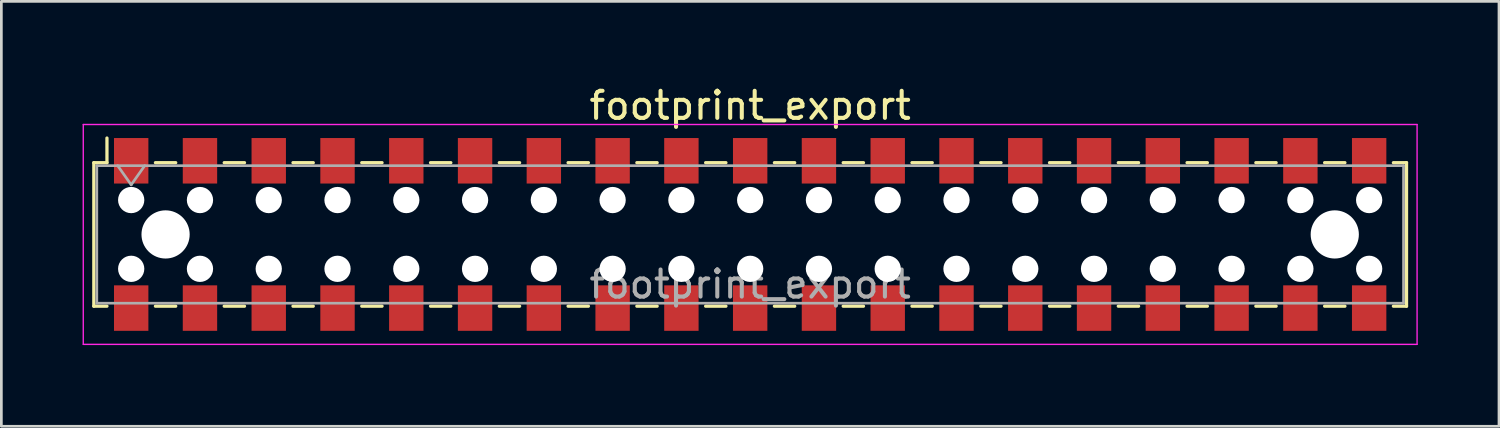
<source format=kicad_pcb>
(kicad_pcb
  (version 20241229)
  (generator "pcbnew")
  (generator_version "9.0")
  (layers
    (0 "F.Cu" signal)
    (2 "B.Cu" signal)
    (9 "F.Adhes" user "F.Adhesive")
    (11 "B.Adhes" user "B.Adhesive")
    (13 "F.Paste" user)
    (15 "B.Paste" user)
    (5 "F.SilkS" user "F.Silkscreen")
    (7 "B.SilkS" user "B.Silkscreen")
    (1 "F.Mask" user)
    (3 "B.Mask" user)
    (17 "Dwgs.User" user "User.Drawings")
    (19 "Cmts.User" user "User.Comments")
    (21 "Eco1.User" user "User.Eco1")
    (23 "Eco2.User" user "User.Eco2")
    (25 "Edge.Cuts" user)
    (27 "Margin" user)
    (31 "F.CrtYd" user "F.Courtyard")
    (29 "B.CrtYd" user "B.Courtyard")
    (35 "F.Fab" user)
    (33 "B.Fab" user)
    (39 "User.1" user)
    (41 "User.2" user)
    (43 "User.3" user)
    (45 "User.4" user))
  (footprint "footprint_export"
    (layer "F.Cu")
    (at 24.655 5.608)
    (property "Reference" "footprint_export" (at 0 -4.76 0) (layer "F.SilkS") (effects (font (size 1 1) (thickness 0.15))))
    (attr smd)
    (fp_line (start -24.24 -2.65) (end -24.24 2.65) (stroke (width 0.12) (type solid)) (layer "F.SilkS"))
    (fp_line (start -24.24 2.65) (end -23.755 2.65) (stroke (width 0.12) (type solid)) (layer "F.SilkS"))
    (fp_line (start -23.755 -3.56) (end -23.755 -2.65) (stroke (width 0.12) (type solid)) (layer "F.SilkS"))
    (fp_line (start -23.755 -2.65) (end -24.24 -2.65) (stroke (width 0.12) (type solid)) (layer "F.SilkS"))
    (fp_line (start -21.965 -2.65) (end -21.215 -2.65) (stroke (width 0.12) (type solid)) (layer "F.SilkS"))
    (fp_line (start -21.965 2.65) (end -21.215 2.65) (stroke (width 0.12) (type solid)) (layer "F.SilkS"))
    (fp_line (start -19.425 -2.65) (end -18.675 -2.65) (stroke (width 0.12) (type solid)) (layer "F.SilkS"))
    (fp_line (start -19.425 2.65) (end -18.675 2.65) (stroke (width 0.12) (type solid)) (layer "F.SilkS"))
    (fp_line (start -16.885 -2.65) (end -16.135 -2.65) (stroke (width 0.12) (type solid)) (layer "F.SilkS"))
    (fp_line (start -16.885 2.65) (end -16.135 2.65) (stroke (width 0.12) (type solid)) (layer "F.SilkS"))
    (fp_line (start -14.345 -2.65) (end -13.595 -2.65) (stroke (width 0.12) (type solid)) (layer "F.SilkS"))
    (fp_line (start -14.345 2.65) (end -13.595 2.65) (stroke (width 0.12) (type solid)) (layer "F.SilkS"))
    (fp_line (start -11.805 -2.65) (end -11.055 -2.65) (stroke (width 0.12) (type solid)) (layer "F.SilkS"))
    (fp_line (start -11.805 2.65) (end -11.055 2.65) (stroke (width 0.12) (type solid)) (layer "F.SilkS"))
    (fp_line (start -9.265 -2.65) (end -8.515 -2.65) (stroke (width 0.12) (type solid)) (layer "F.SilkS"))
    (fp_line (start -9.265 2.65) (end -8.515 2.65) (stroke (width 0.12) (type solid)) (layer "F.SilkS"))
    (fp_line (start -6.725 -2.65) (end -5.975 -2.65) (stroke (width 0.12) (type solid)) (layer "F.SilkS"))
    (fp_line (start -6.725 2.65) (end -5.975 2.65) (stroke (width 0.12) (type solid)) (layer "F.SilkS"))
    (fp_line (start -4.185 -2.65) (end -3.435 -2.65) (stroke (width 0.12) (type solid)) (layer "F.SilkS"))
    (fp_line (start -4.185 2.65) (end -3.435 2.65) (stroke (width 0.12) (type solid)) (layer "F.SilkS"))
    (fp_line (start -1.645 -2.65) (end -0.895 -2.65) (stroke (width 0.12) (type solid)) (layer "F.SilkS"))
    (fp_line (start -1.645 2.65) (end -0.895 2.65) (stroke (width 0.12) (type solid)) (layer "F.SilkS"))
    (fp_line (start 0.895 -2.65) (end 1.645 -2.65) (stroke (width 0.12) (type solid)) (layer "F.SilkS"))
    (fp_line (start 0.895 2.65) (end 1.645 2.65) (stroke (width 0.12) (type solid)) (layer "F.SilkS"))
    (fp_line (start 3.435 -2.65) (end 4.185 -2.65) (stroke (width 0.12) (type solid)) (layer "F.SilkS"))
    (fp_line (start 3.435 2.65) (end 4.185 2.65) (stroke (width 0.12) (type solid)) (layer "F.SilkS"))
    (fp_line (start 5.975 -2.65) (end 6.725 -2.65) (stroke (width 0.12) (type solid)) (layer "F.SilkS"))
    (fp_line (start 5.975 2.65) (end 6.725 2.65) (stroke (width 0.12) (type solid)) (layer "F.SilkS"))
    (fp_line (start 8.515 -2.65) (end 9.265 -2.65) (stroke (width 0.12) (type solid)) (layer "F.SilkS"))
    (fp_line (start 8.515 2.65) (end 9.265 2.65) (stroke (width 0.12) (type solid)) (layer "F.SilkS"))
    (fp_line (start 11.055 -2.65) (end 11.805 -2.65) (stroke (width 0.12) (type solid)) (layer "F.SilkS"))
    (fp_line (start 11.055 2.65) (end 11.805 2.65) (stroke (width 0.12) (type solid)) (layer "F.SilkS"))
    (fp_line (start 13.595 -2.65) (end 14.345 -2.65) (stroke (width 0.12) (type solid)) (layer "F.SilkS"))
    (fp_line (start 13.595 2.65) (end 14.345 2.65) (stroke (width 0.12) (type solid)) (layer "F.SilkS"))
    (fp_line (start 16.135 -2.65) (end 16.885 -2.65) (stroke (width 0.12) (type solid)) (layer "F.SilkS"))
    (fp_line (start 16.135 2.65) (end 16.885 2.65) (stroke (width 0.12) (type solid)) (layer "F.SilkS"))
    (fp_line (start 18.675 -2.65) (end 19.425 -2.65) (stroke (width 0.12) (type solid)) (layer "F.SilkS"))
    (fp_line (start 18.675 2.65) (end 19.425 2.65) (stroke (width 0.12) (type solid)) (layer "F.SilkS"))
    (fp_line (start 21.215 -2.65) (end 21.965 -2.65) (stroke (width 0.12) (type solid)) (layer "F.SilkS"))
    (fp_line (start 21.215 2.65) (end 21.965 2.65) (stroke (width 0.12) (type solid)) (layer "F.SilkS"))
    (fp_line (start 23.755 -2.65) (end 24.24 -2.65) (stroke (width 0.12) (type solid)) (layer "F.SilkS"))
    (fp_line (start 24.24 -2.65) (end 24.24 2.65) (stroke (width 0.12) (type solid)) (layer "F.SilkS"))
    (fp_line (start 24.24 2.65) (end 23.755 2.65) (stroke (width 0.12) (type solid)) (layer "F.SilkS"))
    (fp_line (start -24.63 -4.06) (end 24.63 -4.06) (stroke (width 0.05) (type solid)) (layer "F.CrtYd"))
    (fp_line (start -24.63 4.06) (end -24.63 -4.06) (stroke (width 0.05) (type solid)) (layer "F.CrtYd"))
    (fp_line (start 24.63 -4.06) (end 24.63 4.06) (stroke (width 0.05) (type solid)) (layer "F.CrtYd"))
    (fp_line (start 24.63 4.06) (end -24.63 4.06) (stroke (width 0.05) (type solid)) (layer "F.CrtYd"))
    (fp_line (start -24.13 -2.54) (end 24.13 -2.54) (stroke (width 0.1) (type solid)) (layer "F.Fab"))
    (fp_line (start -24.13 2.54) (end -24.13 -2.54) (stroke (width 0.1) (type solid)) (layer "F.Fab"))
    (fp_line (start -23.36 -2.54) (end -22.86 -1.833) (stroke (width 0.1) (type solid)) (layer "F.Fab"))
    (fp_line (start -22.86 -1.833) (end -22.36 -2.54) (stroke (width 0.1) (type solid)) (layer "F.Fab"))
    (fp_line (start 24.13 -2.54) (end 24.13 2.54) (stroke (width 0.1) (type solid)) (layer "F.Fab"))
    (fp_line (start 24.13 2.54) (end -24.13 2.54) (stroke (width 0.1) (type solid)) (layer "F.Fab"))
    (fp_text user "${REFERENCE}" (at 0 1.84 0) (layer "F.Fab") (effects (font (size 1 1) (thickness 0.15))))
    (pad "" np_thru_hole circle (at -22.86 -1.27) (size 0.97 0.97) (drill 0.97) (layers "*.Cu" "*.Mask"))
    (pad "" np_thru_hole circle (at -22.86 1.27) (size 0.97 0.97) (drill 0.97) (layers "*.Cu" "*.Mask"))
    (pad "" np_thru_hole circle (at -21.59 0) (size 1.78 1.78) (drill 1.78) (layers "*.Cu" "*.Mask"))
    (pad "" np_thru_hole circle (at -20.32 -1.27) (size 0.97 0.97) (drill 0.97) (layers "*.Cu" "*.Mask"))
    (pad "" np_thru_hole circle (at -20.32 1.27) (size 0.97 0.97) (drill 0.97) (layers "*.Cu" "*.Mask"))
    (pad "" np_thru_hole circle (at -17.78 -1.27) (size 0.97 0.97) (drill 0.97) (layers "*.Cu" "*.Mask"))
    (pad "" np_thru_hole circle (at -17.78 1.27) (size 0.97 0.97) (drill 0.97) (layers "*.Cu" "*.Mask"))
    (pad "" np_thru_hole circle (at -15.24 -1.27) (size 0.97 0.97) (drill 0.97) (layers "*.Cu" "*.Mask"))
    (pad "" np_thru_hole circle (at -15.24 1.27) (size 0.97 0.97) (drill 0.97) (layers "*.Cu" "*.Mask"))
    (pad "" np_thru_hole circle (at -12.7 -1.27) (size 0.97 0.97) (drill 0.97) (layers "*.Cu" "*.Mask"))
    (pad "" np_thru_hole circle (at -12.7 1.27) (size 0.97 0.97) (drill 0.97) (layers "*.Cu" "*.Mask"))
    (pad "" np_thru_hole circle (at -10.16 -1.27) (size 0.97 0.97) (drill 0.97) (layers "*.Cu" "*.Mask"))
    (pad "" np_thru_hole circle (at -10.16 1.27) (size 0.97 0.97) (drill 0.97) (layers "*.Cu" "*.Mask"))
    (pad "" np_thru_hole circle (at -7.62 -1.27) (size 0.97 0.97) (drill 0.97) (layers "*.Cu" "*.Mask"))
    (pad "" np_thru_hole circle (at -7.62 1.27) (size 0.97 0.97) (drill 0.97) (layers "*.Cu" "*.Mask"))
    (pad "" np_thru_hole circle (at -5.08 -1.27) (size 0.97 0.97) (drill 0.97) (layers "*.Cu" "*.Mask"))
    (pad "" np_thru_hole circle (at -5.08 1.27) (size 0.97 0.97) (drill 0.97) (layers "*.Cu" "*.Mask"))
    (pad "" np_thru_hole circle (at -2.54 -1.27) (size 0.97 0.97) (drill 0.97) (layers "*.Cu" "*.Mask"))
    (pad "" np_thru_hole circle (at -2.54 1.27) (size 0.97 0.97) (drill 0.97) (layers "*.Cu" "*.Mask"))
    (pad "" np_thru_hole circle (at 0 -1.27) (size 0.97 0.97) (drill 0.97) (layers "*.Cu" "*.Mask"))
    (pad "" np_thru_hole circle (at 0 1.27) (size 0.97 0.97) (drill 0.97) (layers "*.Cu" "*.Mask"))
    (pad "" np_thru_hole circle (at 2.54 -1.27) (size 0.97 0.97) (drill 0.97) (layers "*.Cu" "*.Mask"))
    (pad "" np_thru_hole circle (at 2.54 1.27) (size 0.97 0.97) (drill 0.97) (layers "*.Cu" "*.Mask"))
    (pad "" np_thru_hole circle (at 5.08 -1.27) (size 0.97 0.97) (drill 0.97) (layers "*.Cu" "*.Mask"))
    (pad "" np_thru_hole circle (at 5.08 1.27) (size 0.97 0.97) (drill 0.97) (layers "*.Cu" "*.Mask"))
    (pad "" np_thru_hole circle (at 7.62 -1.27) (size 0.97 0.97) (drill 0.97) (layers "*.Cu" "*.Mask"))
    (pad "" np_thru_hole circle (at 7.62 1.27) (size 0.97 0.97) (drill 0.97) (layers "*.Cu" "*.Mask"))
    (pad "" np_thru_hole circle (at 10.16 -1.27) (size 0.97 0.97) (drill 0.97) (layers "*.Cu" "*.Mask"))
    (pad "" np_thru_hole circle (at 10.16 1.27) (size 0.97 0.97) (drill 0.97) (layers "*.Cu" "*.Mask"))
    (pad "" np_thru_hole circle (at 12.7 -1.27) (size 0.97 0.97) (drill 0.97) (layers "*.Cu" "*.Mask"))
    (pad "" np_thru_hole circle (at 12.7 1.27) (size 0.97 0.97) (drill 0.97) (layers "*.Cu" "*.Mask"))
    (pad "" np_thru_hole circle (at 15.24 -1.27) (size 0.97 0.97) (drill 0.97) (layers "*.Cu" "*.Mask"))
    (pad "" np_thru_hole circle (at 15.24 1.27) (size 0.97 0.97) (drill 0.97) (layers "*.Cu" "*.Mask"))
    (pad "" np_thru_hole circle (at 17.78 -1.27) (size 0.97 0.97) (drill 0.97) (layers "*.Cu" "*.Mask"))
    (pad "" np_thru_hole circle (at 17.78 1.27) (size 0.97 0.97) (drill 0.97) (layers "*.Cu" "*.Mask"))
    (pad "" np_thru_hole circle (at 20.32 -1.27) (size 0.97 0.97) (drill 0.97) (layers "*.Cu" "*.Mask"))
    (pad "" np_thru_hole circle (at 20.32 1.27) (size 0.97 0.97) (drill 0.97) (layers "*.Cu" "*.Mask"))
    (pad "" np_thru_hole circle (at 21.59 0) (size 1.78 1.78) (drill 1.78) (layers "*.Cu" "*.Mask"))
    (pad "" np_thru_hole circle (at 22.86 -1.27) (size 0.97 0.97) (drill 0.97) (layers "*.Cu" "*.Mask"))
    (pad "" np_thru_hole circle (at 22.86 1.27) (size 0.97 0.97) (drill 0.97) (layers "*.Cu" "*.Mask"))
    (pad "1" smd rect (at -22.86 -2.72) (size 1.27 1.68) (layers "F.Cu" "F.Mask" "F.Paste"))
    (pad "2" smd rect (at -22.86 2.72) (size 1.27 1.68) (layers "F.Cu" "F.Mask" "F.Paste"))
    (pad "3" smd rect (at -20.32 -2.72) (size 1.27 1.68) (layers "F.Cu" "F.Mask" "F.Paste"))
    (pad "4" smd rect (at -20.32 2.72) (size 1.27 1.68) (layers "F.Cu" "F.Mask" "F.Paste"))
    (pad "5" smd rect (at -17.78 -2.72) (size 1.27 1.68) (layers "F.Cu" "F.Mask" "F.Paste"))
    (pad "6" smd rect (at -17.78 2.72) (size 1.27 1.68) (layers "F.Cu" "F.Mask" "F.Paste"))
    (pad "7" smd rect (at -15.24 -2.72) (size 1.27 1.68) (layers "F.Cu" "F.Mask" "F.Paste"))
    (pad "8" smd rect (at -15.24 2.72) (size 1.27 1.68) (layers "F.Cu" "F.Mask" "F.Paste"))
    (pad "9" smd rect (at -12.7 -2.72) (size 1.27 1.68) (layers "F.Cu" "F.Mask" "F.Paste"))
    (pad "10" smd rect (at -12.7 2.72) (size 1.27 1.68) (layers "F.Cu" "F.Mask" "F.Paste"))
    (pad "11" smd rect (at -10.16 -2.72) (size 1.27 1.68) (layers "F.Cu" "F.Mask" "F.Paste"))
    (pad "12" smd rect (at -10.16 2.72) (size 1.27 1.68) (layers "F.Cu" "F.Mask" "F.Paste"))
    (pad "13" smd rect (at -7.62 -2.72) (size 1.27 1.68) (layers "F.Cu" "F.Mask" "F.Paste"))
    (pad "14" smd rect (at -7.62 2.72) (size 1.27 1.68) (layers "F.Cu" "F.Mask" "F.Paste"))
    (pad "15" smd rect (at -5.08 -2.72) (size 1.27 1.68) (layers "F.Cu" "F.Mask" "F.Paste"))
    (pad "16" smd rect (at -5.08 2.72) (size 1.27 1.68) (layers "F.Cu" "F.Mask" "F.Paste"))
    (pad "17" smd rect (at -2.54 -2.72) (size 1.27 1.68) (layers "F.Cu" "F.Mask" "F.Paste"))
    (pad "18" smd rect (at -2.54 2.72) (size 1.27 1.68) (layers "F.Cu" "F.Mask" "F.Paste"))
    (pad "19" smd rect (at 0 -2.72) (size 1.27 1.68) (layers "F.Cu" "F.Mask" "F.Paste"))
    (pad "20" smd rect (at 0 2.72) (size 1.27 1.68) (layers "F.Cu" "F.Mask" "F.Paste"))
    (pad "21" smd rect (at 2.54 -2.72) (size 1.27 1.68) (layers "F.Cu" "F.Mask" "F.Paste"))
    (pad "22" smd rect (at 2.54 2.72) (size 1.27 1.68) (layers "F.Cu" "F.Mask" "F.Paste"))
    (pad "23" smd rect (at 5.08 -2.72) (size 1.27 1.68) (layers "F.Cu" "F.Mask" "F.Paste"))
    (pad "24" smd rect (at 5.08 2.72) (size 1.27 1.68) (layers "F.Cu" "F.Mask" "F.Paste"))
    (pad "25" smd rect (at 7.62 -2.72) (size 1.27 1.68) (layers "F.Cu" "F.Mask" "F.Paste"))
    (pad "26" smd rect (at 7.62 2.72) (size 1.27 1.68) (layers "F.Cu" "F.Mask" "F.Paste"))
    (pad "27" smd rect (at 10.16 -2.72) (size 1.27 1.68) (layers "F.Cu" "F.Mask" "F.Paste"))
    (pad "28" smd rect (at 10.16 2.72) (size 1.27 1.68) (layers "F.Cu" "F.Mask" "F.Paste"))
    (pad "29" smd rect (at 12.7 -2.72) (size 1.27 1.68) (layers "F.Cu" "F.Mask" "F.Paste"))
    (pad "30" smd rect (at 12.7 2.72) (size 1.27 1.68) (layers "F.Cu" "F.Mask" "F.Paste"))
    (pad "31" smd rect (at 15.24 -2.72) (size 1.27 1.68) (layers "F.Cu" "F.Mask" "F.Paste"))
    (pad "32" smd rect (at 15.24 2.72) (size 1.27 1.68) (layers "F.Cu" "F.Mask" "F.Paste"))
    (pad "33" smd rect (at 17.78 -2.72) (size 1.27 1.68) (layers "F.Cu" "F.Mask" "F.Paste"))
    (pad "34" smd rect (at 17.78 2.72) (size 1.27 1.68) (layers "F.Cu" "F.Mask" "F.Paste"))
    (pad "35" smd rect (at 20.32 -2.72) (size 1.27 1.68) (layers "F.Cu" "F.Mask" "F.Paste"))
    (pad "36" smd rect (at 20.32 2.72) (size 1.27 1.68) (layers "F.Cu" "F.Mask" "F.Paste"))
    (pad "37" smd rect (at 22.86 -2.72) (size 1.27 1.68) (layers "F.Cu" "F.Mask" "F.Paste"))
    (pad "38" smd rect (at 22.86 2.72) (size 1.27 1.68) (layers "F.Cu" "F.Mask" "F.Paste")))
  (gr_rect
    (start -3 -3)
    (end 52.31 12.693)
    (stroke (width 0.1) (type default))
    (fill no)
    (layer "Edge.Cuts")))
</source>
